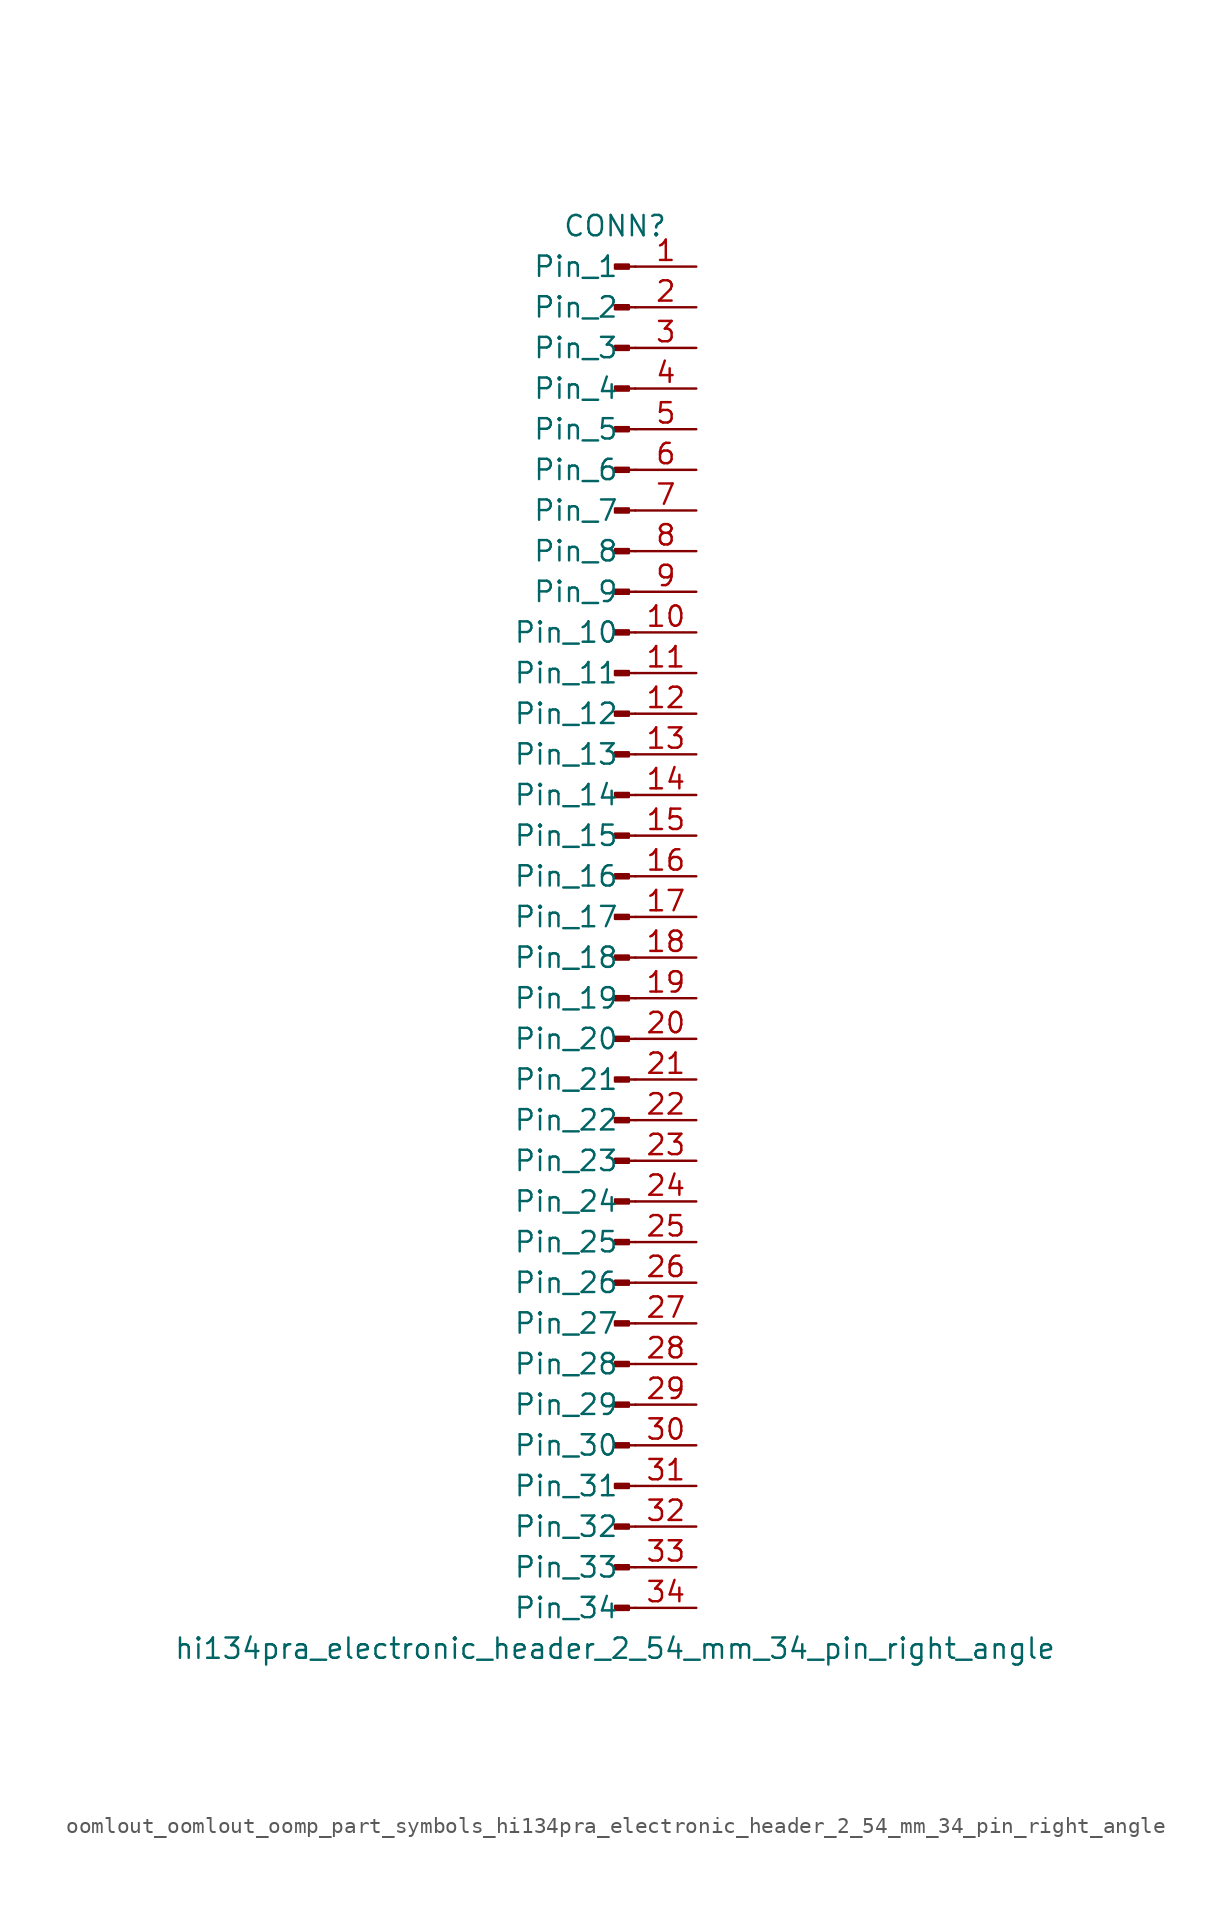
<source format=kicad_sym>
(kicad_symbol_lib
  (version 20220914)
  (generator kicad_symbol_editor)
  (symbol "oomlout_oomlout_oomp_part_symbols_hi134pra_electronic_header_2_54_mm_34_pin_right_angle"
    (pin_names
      (offset 1.016))
    (property "Reference" "CONN"
      (at 0 43.18 0)
      (effects (font (size 1.27 1.27))))
    (property "Value" "hi134pra_electronic_header_2_54_mm_34_pin_right_angle"
      (at 0 -45.72 0)
      (effects (font (size 1.27 1.27))))
    (property "ki_locked" ""
      (at 0 0 0)
      (effects (font (size 1.27 1.27))))
    (symbol "oomlout_oomlout_oomp_part_symbols_hi134pra_electronic_header_2_54_mm_34_pin_right_angle_1_1"
      (polyline (pts (xy 1.27 -43.18) (xy 0.864 -43.18)) (stroke (width 0.152) (type default)) (fill (type none)))
      (polyline (pts (xy 1.27 -40.64) (xy 0.864 -40.64)) (stroke (width 0.152) (type default)) (fill (type none)))
      (polyline (pts (xy 1.27 -38.1) (xy 0.864 -38.1)) (stroke (width 0.152) (type default)) (fill (type none)))
      (polyline (pts (xy 1.27 -35.56) (xy 0.864 -35.56)) (stroke (width 0.152) (type default)) (fill (type none)))
      (polyline (pts (xy 1.27 -33.02) (xy 0.864 -33.02)) (stroke (width 0.152) (type default)) (fill (type none)))
      (polyline (pts (xy 1.27 -30.48) (xy 0.864 -30.48)) (stroke (width 0.152) (type default)) (fill (type none)))
      (polyline (pts (xy 1.27 -27.94) (xy 0.864 -27.94)) (stroke (width 0.152) (type default)) (fill (type none)))
      (polyline (pts (xy 1.27 -25.4) (xy 0.864 -25.4)) (stroke (width 0.152) (type default)) (fill (type none)))
      (polyline (pts (xy 1.27 -22.86) (xy 0.864 -22.86)) (stroke (width 0.152) (type default)) (fill (type none)))
      (polyline (pts (xy 1.27 -20.32) (xy 0.864 -20.32)) (stroke (width 0.152) (type default)) (fill (type none)))
      (polyline (pts (xy 1.27 -17.78) (xy 0.864 -17.78)) (stroke (width 0.152) (type default)) (fill (type none)))
      (polyline (pts (xy 1.27 -15.24) (xy 0.864 -15.24)) (stroke (width 0.152) (type default)) (fill (type none)))
      (polyline (pts (xy 1.27 -12.7) (xy 0.864 -12.7)) (stroke (width 0.152) (type default)) (fill (type none)))
      (polyline (pts (xy 1.27 -10.16) (xy 0.864 -10.16)) (stroke (width 0.152) (type default)) (fill (type none)))
      (polyline (pts (xy 1.27 -7.62) (xy 0.864 -7.62)) (stroke (width 0.152) (type default)) (fill (type none)))
      (polyline (pts (xy 1.27 -5.08) (xy 0.864 -5.08)) (stroke (width 0.152) (type default)) (fill (type none)))
      (polyline (pts (xy 1.27 -2.54) (xy 0.864 -2.54)) (stroke (width 0.152) (type default)) (fill (type none)))
      (polyline (pts (xy 1.27 0) (xy 0.864 0)) (stroke (width 0.152) (type default)) (fill (type none)))
      (polyline (pts (xy 1.27 2.54) (xy 0.864 2.54)) (stroke (width 0.152) (type default)) (fill (type none)))
      (polyline (pts (xy 1.27 5.08) (xy 0.864 5.08)) (stroke (width 0.152) (type default)) (fill (type none)))
      (polyline (pts (xy 1.27 7.62) (xy 0.864 7.62)) (stroke (width 0.152) (type default)) (fill (type none)))
      (polyline (pts (xy 1.27 10.16) (xy 0.864 10.16)) (stroke (width 0.152) (type default)) (fill (type none)))
      (polyline (pts (xy 1.27 12.7) (xy 0.864 12.7)) (stroke (width 0.152) (type default)) (fill (type none)))
      (polyline (pts (xy 1.27 15.24) (xy 0.864 15.24)) (stroke (width 0.152) (type default)) (fill (type none)))
      (polyline (pts (xy 1.27 17.78) (xy 0.864 17.78)) (stroke (width 0.152) (type default)) (fill (type none)))
      (polyline (pts (xy 1.27 20.32) (xy 0.864 20.32)) (stroke (width 0.152) (type default)) (fill (type none)))
      (polyline (pts (xy 1.27 22.86) (xy 0.864 22.86)) (stroke (width 0.152) (type default)) (fill (type none)))
      (polyline (pts (xy 1.27 25.4) (xy 0.864 25.4)) (stroke (width 0.152) (type default)) (fill (type none)))
      (polyline (pts (xy 1.27 27.94) (xy 0.864 27.94)) (stroke (width 0.152) (type default)) (fill (type none)))
      (polyline (pts (xy 1.27 30.48) (xy 0.864 30.48)) (stroke (width 0.152) (type default)) (fill (type none)))
      (polyline (pts (xy 1.27 33.02) (xy 0.864 33.02)) (stroke (width 0.152) (type default)) (fill (type none)))
      (polyline (pts (xy 1.27 35.56) (xy 0.864 35.56)) (stroke (width 0.152) (type default)) (fill (type none)))
      (polyline (pts (xy 1.27 38.1) (xy 0.864 38.1)) (stroke (width 0.152) (type default)) (fill (type none)))
      (polyline (pts (xy 1.27 40.64) (xy 0.864 40.64)) (stroke (width 0.152) (type default)) (fill (type none)))
      (rectangle (start 0.864 -43.053) (end 0 -43.307) (stroke (width 0.152) (type default)) (fill (type outline)))
      (rectangle (start 0.864 -40.513) (end 0 -40.767) (stroke (width 0.152) (type default)) (fill (type outline)))
      (rectangle (start 0.864 -37.973) (end 0 -38.227) (stroke (width 0.152) (type default)) (fill (type outline)))
      (rectangle (start 0.864 -35.433) (end 0 -35.687) (stroke (width 0.152) (type default)) (fill (type outline)))
      (rectangle (start 0.864 -32.893) (end 0 -33.147) (stroke (width 0.152) (type default)) (fill (type outline)))
      (rectangle (start 0.864 -30.353) (end 0 -30.607) (stroke (width 0.152) (type default)) (fill (type outline)))
      (rectangle (start 0.864 -27.813) (end 0 -28.067) (stroke (width 0.152) (type default)) (fill (type outline)))
      (rectangle (start 0.864 -25.273) (end 0 -25.527) (stroke (width 0.152) (type default)) (fill (type outline)))
      (rectangle (start 0.864 -22.733) (end 0 -22.987) (stroke (width 0.152) (type default)) (fill (type outline)))
      (rectangle (start 0.864 -20.193) (end 0 -20.447) (stroke (width 0.152) (type default)) (fill (type outline)))
      (rectangle (start 0.864 -17.653) (end 0 -17.907) (stroke (width 0.152) (type default)) (fill (type outline)))
      (rectangle (start 0.864 -15.113) (end 0 -15.367) (stroke (width 0.152) (type default)) (fill (type outline)))
      (rectangle (start 0.864 -12.573) (end 0 -12.827) (stroke (width 0.152) (type default)) (fill (type outline)))
      (rectangle (start 0.864 -10.033) (end 0 -10.287) (stroke (width 0.152) (type default)) (fill (type outline)))
      (rectangle (start 0.864 -7.493) (end 0 -7.747) (stroke (width 0.152) (type default)) (fill (type outline)))
      (rectangle (start 0.864 -4.953) (end 0 -5.207) (stroke (width 0.152) (type default)) (fill (type outline)))
      (rectangle (start 0.864 -2.413) (end 0 -2.667) (stroke (width 0.152) (type default)) (fill (type outline)))
      (rectangle (start 0.864 0.127) (end 0 -0.127) (stroke (width 0.152) (type default)) (fill (type outline)))
      (rectangle (start 0.864 2.667) (end 0 2.413) (stroke (width 0.152) (type default)) (fill (type outline)))
      (rectangle (start 0.864 5.207) (end 0 4.953) (stroke (width 0.152) (type default)) (fill (type outline)))
      (rectangle (start 0.864 7.747) (end 0 7.493) (stroke (width 0.152) (type default)) (fill (type outline)))
      (rectangle (start 0.864 10.287) (end 0 10.033) (stroke (width 0.152) (type default)) (fill (type outline)))
      (rectangle (start 0.864 12.827) (end 0 12.573) (stroke (width 0.152) (type default)) (fill (type outline)))
      (rectangle (start 0.864 15.367) (end 0 15.113) (stroke (width 0.152) (type default)) (fill (type outline)))
      (rectangle (start 0.864 17.907) (end 0 17.653) (stroke (width 0.152) (type default)) (fill (type outline)))
      (rectangle (start 0.864 20.447) (end 0 20.193) (stroke (width 0.152) (type default)) (fill (type outline)))
      (rectangle (start 0.864 22.987) (end 0 22.733) (stroke (width 0.152) (type default)) (fill (type outline)))
      (rectangle (start 0.864 25.527) (end 0 25.273) (stroke (width 0.152) (type default)) (fill (type outline)))
      (rectangle (start 0.864 28.067) (end 0 27.813) (stroke (width 0.152) (type default)) (fill (type outline)))
      (rectangle (start 0.864 30.607) (end 0 30.353) (stroke (width 0.152) (type default)) (fill (type outline)))
      (rectangle (start 0.864 33.147) (end 0 32.893) (stroke (width 0.152) (type default)) (fill (type outline)))
      (rectangle (start 0.864 35.687) (end 0 35.433) (stroke (width 0.152) (type default)) (fill (type outline)))
      (rectangle (start 0.864 38.227) (end 0 37.973) (stroke (width 0.152) (type default)) (fill (type outline)))
      (rectangle (start 0.864 40.767) (end 0 40.513) (stroke (width 0.152) (type default)) (fill (type outline)))
      (pin passive line (at 5.08 40.64 180) (length 3.81) (name "Pin_1" (effects (font (size 1.27 1.27)))) (number "1" (effects (font (size 1.27 1.27)))))
      (pin passive line (at 5.08 17.78 180) (length 3.81) (name "Pin_10" (effects (font (size 1.27 1.27)))) (number "10" (effects (font (size 1.27 1.27)))))
      (pin passive line (at 5.08 15.24 180) (length 3.81) (name "Pin_11" (effects (font (size 1.27 1.27)))) (number "11" (effects (font (size 1.27 1.27)))))
      (pin passive line (at 5.08 12.7 180) (length 3.81) (name "Pin_12" (effects (font (size 1.27 1.27)))) (number "12" (effects (font (size 1.27 1.27)))))
      (pin passive line (at 5.08 10.16 180) (length 3.81) (name "Pin_13" (effects (font (size 1.27 1.27)))) (number "13" (effects (font (size 1.27 1.27)))))
      (pin passive line (at 5.08 7.62 180) (length 3.81) (name "Pin_14" (effects (font (size 1.27 1.27)))) (number "14" (effects (font (size 1.27 1.27)))))
      (pin passive line (at 5.08 5.08 180) (length 3.81) (name "Pin_15" (effects (font (size 1.27 1.27)))) (number "15" (effects (font (size 1.27 1.27)))))
      (pin passive line (at 5.08 2.54 180) (length 3.81) (name "Pin_16" (effects (font (size 1.27 1.27)))) (number "16" (effects (font (size 1.27 1.27)))))
      (pin passive line (at 5.08 0 180) (length 3.81) (name "Pin_17" (effects (font (size 1.27 1.27)))) (number "17" (effects (font (size 1.27 1.27)))))
      (pin passive line (at 5.08 -2.54 180) (length 3.81) (name "Pin_18" (effects (font (size 1.27 1.27)))) (number "18" (effects (font (size 1.27 1.27)))))
      (pin passive line (at 5.08 -5.08 180) (length 3.81) (name "Pin_19" (effects (font (size 1.27 1.27)))) (number "19" (effects (font (size 1.27 1.27)))))
      (pin passive line (at 5.08 38.1 180) (length 3.81) (name "Pin_2" (effects (font (size 1.27 1.27)))) (number "2" (effects (font (size 1.27 1.27)))))
      (pin passive line (at 5.08 -7.62 180) (length 3.81) (name "Pin_20" (effects (font (size 1.27 1.27)))) (number "20" (effects (font (size 1.27 1.27)))))
      (pin passive line (at 5.08 -10.16 180) (length 3.81) (name "Pin_21" (effects (font (size 1.27 1.27)))) (number "21" (effects (font (size 1.27 1.27)))))
      (pin passive line (at 5.08 -12.7 180) (length 3.81) (name "Pin_22" (effects (font (size 1.27 1.27)))) (number "22" (effects (font (size 1.27 1.27)))))
      (pin passive line (at 5.08 -15.24 180) (length 3.81) (name "Pin_23" (effects (font (size 1.27 1.27)))) (number "23" (effects (font (size 1.27 1.27)))))
      (pin passive line (at 5.08 -17.78 180) (length 3.81) (name "Pin_24" (effects (font (size 1.27 1.27)))) (number "24" (effects (font (size 1.27 1.27)))))
      (pin passive line (at 5.08 -20.32 180) (length 3.81) (name "Pin_25" (effects (font (size 1.27 1.27)))) (number "25" (effects (font (size 1.27 1.27)))))
      (pin passive line (at 5.08 -22.86 180) (length 3.81) (name "Pin_26" (effects (font (size 1.27 1.27)))) (number "26" (effects (font (size 1.27 1.27)))))
      (pin passive line (at 5.08 -25.4 180) (length 3.81) (name "Pin_27" (effects (font (size 1.27 1.27)))) (number "27" (effects (font (size 1.27 1.27)))))
      (pin passive line (at 5.08 -27.94 180) (length 3.81) (name "Pin_28" (effects (font (size 1.27 1.27)))) (number "28" (effects (font (size 1.27 1.27)))))
      (pin passive line (at 5.08 -30.48 180) (length 3.81) (name "Pin_29" (effects (font (size 1.27 1.27)))) (number "29" (effects (font (size 1.27 1.27)))))
      (pin passive line (at 5.08 35.56 180) (length 3.81) (name "Pin_3" (effects (font (size 1.27 1.27)))) (number "3" (effects (font (size 1.27 1.27)))))
      (pin passive line (at 5.08 -33.02 180) (length 3.81) (name "Pin_30" (effects (font (size 1.27 1.27)))) (number "30" (effects (font (size 1.27 1.27)))))
      (pin passive line (at 5.08 -35.56 180) (length 3.81) (name "Pin_31" (effects (font (size 1.27 1.27)))) (number "31" (effects (font (size 1.27 1.27)))))
      (pin passive line (at 5.08 -38.1 180) (length 3.81) (name "Pin_32" (effects (font (size 1.27 1.27)))) (number "32" (effects (font (size 1.27 1.27)))))
      (pin passive line (at 5.08 -40.64 180) (length 3.81) (name "Pin_33" (effects (font (size 1.27 1.27)))) (number "33" (effects (font (size 1.27 1.27)))))
      (pin passive line (at 5.08 -43.18 180) (length 3.81) (name "Pin_34" (effects (font (size 1.27 1.27)))) (number "34" (effects (font (size 1.27 1.27)))))
      (pin passive line (at 5.08 33.02 180) (length 3.81) (name "Pin_4" (effects (font (size 1.27 1.27)))) (number "4" (effects (font (size 1.27 1.27)))))
      (pin passive line (at 5.08 30.48 180) (length 3.81) (name "Pin_5" (effects (font (size 1.27 1.27)))) (number "5" (effects (font (size 1.27 1.27)))))
      (pin passive line (at 5.08 27.94 180) (length 3.81) (name "Pin_6" (effects (font (size 1.27 1.27)))) (number "6" (effects (font (size 1.27 1.27)))))
      (pin passive line (at 5.08 25.4 180) (length 3.81) (name "Pin_7" (effects (font (size 1.27 1.27)))) (number "7" (effects (font (size 1.27 1.27)))))
      (pin passive line (at 5.08 22.86 180) (length 3.81) (name "Pin_8" (effects (font (size 1.27 1.27)))) (number "8" (effects (font (size 1.27 1.27)))))
      (pin passive line (at 5.08 20.32 180) (length 3.81) (name "Pin_9" (effects (font (size 1.27 1.27)))) (number "9" (effects (font (size 1.27 1.27))))))))
</source>
